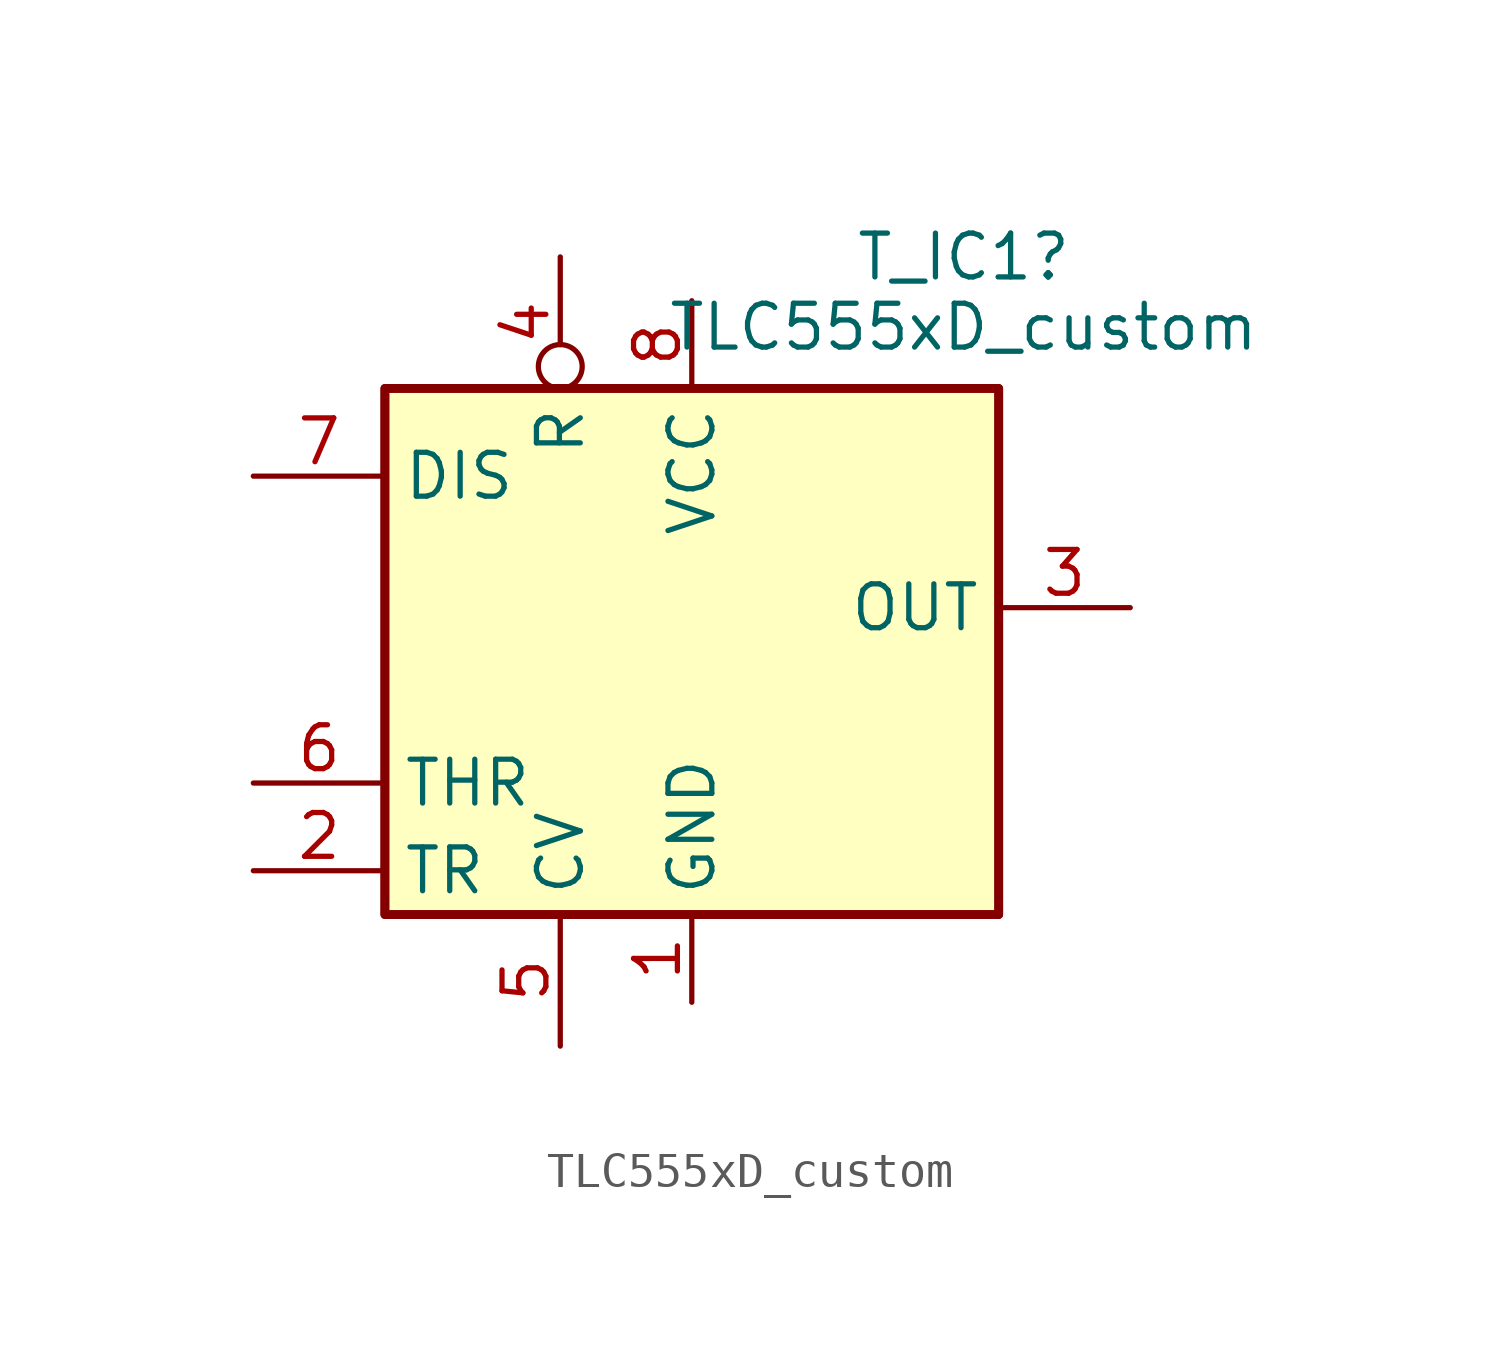
<source format=kicad_sym>
(kicad_symbol_lib
  (version 20231120)
  (generator "kicad_symbol_editor")
  (generator_version "8.0")
  (symbol "TLC555xD_custom"
    (property "Reference" "T_IC1"
      (at 7.874 11.43 0)
      (effects (font (size 1.27 1.27))))
    (property "Value" "TLC555xD_custom"
      (at 7.874 9.398 0)
      (effects (font (size 1.27 1.27))))
    (symbol "TLC555xD_custom_0_0"
      (pin power_in line (at 0 -10.16 90) (length 2.54) (name "GND" (effects (font (size 1.27 1.27)))) (number "1" (effects (font (size 1.27 1.27)))))
      (pin power_in line (at 0 10.16 270) (length 2.54) (name "VCC" (effects (font (size 1.27 1.27)))) (number "8" (effects (font (size 1.27 1.27))))))
    (symbol "TLC555xD_custom_0_1"
      (rectangle (start -8.89 -7.62) (end 8.89 7.62) (stroke (width 0.254) (type default)) (fill (type background)))
      (rectangle (start -8.89 -7.62) (end 8.89 7.62) (stroke (width 0.254) (type default)) (fill (type background))))
    (symbol "TLC555xD_custom_1_1"
      (pin input line (at -12.7 -6.35 0) (length 3.81) (name "TR" (effects (font (size 1.27 1.27)))) (number "2" (effects (font (size 1.27 1.27)))))
      (pin output line (at 12.7 1.27 180) (length 3.81) (name "OUT" (effects (font (size 1.27 1.27)))) (number "3" (effects (font (size 1.27 1.27)))))
      (pin input inverted (at -3.81 11.43 270) (length 3.81) (name "R" (effects (font (size 1.27 1.27)))) (number "4" (effects (font (size 1.27 1.27)))))
      (pin input line (at -3.81 -11.43 90) (length 3.81) (name "CV" (effects (font (size 1.27 1.27)))) (number "5" (effects (font (size 1.27 1.27)))))
      (pin input line (at -12.7 -3.81 0) (length 3.81) (name "THR" (effects (font (size 1.27 1.27)))) (number "6" (effects (font (size 1.27 1.27)))))
      (pin input line (at -12.7 5.08 0) (length 3.81) (name "DIS" (effects (font (size 1.27 1.27)))) (number "7" (effects (font (size 1.27 1.27))))))))
</source>
